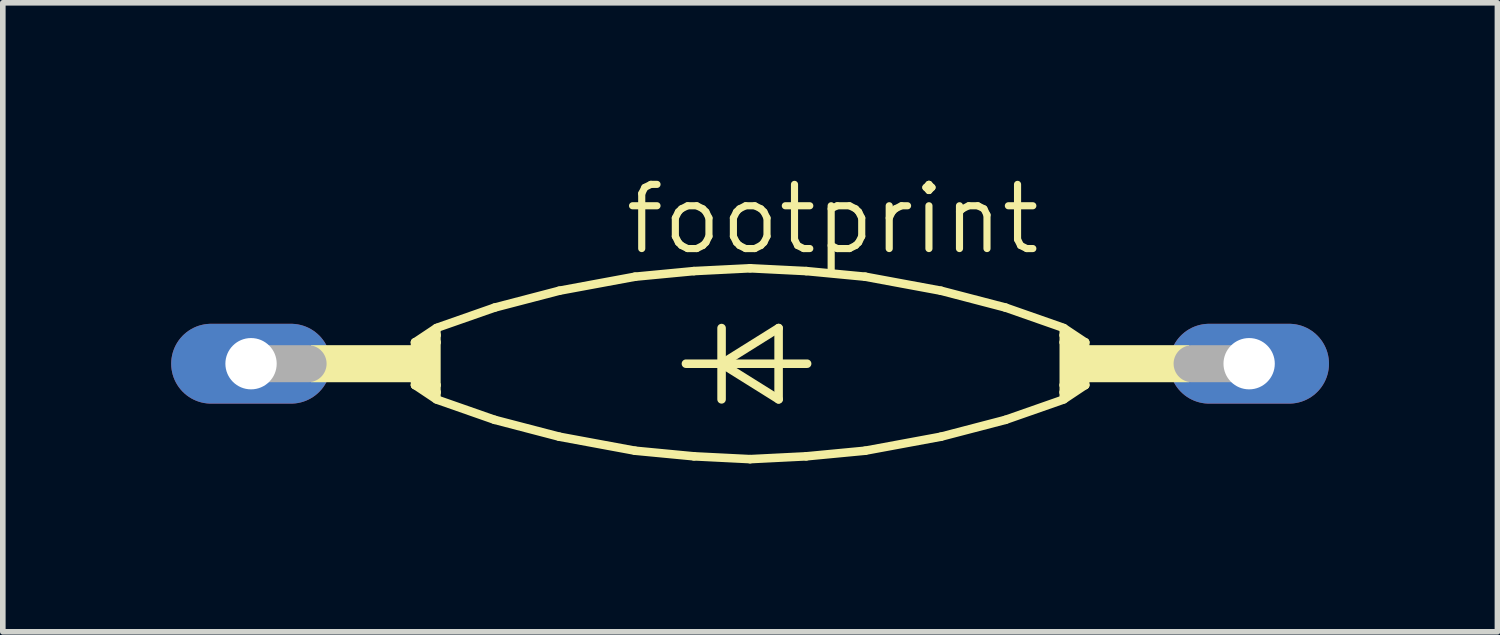
<source format=kicad_pcb>
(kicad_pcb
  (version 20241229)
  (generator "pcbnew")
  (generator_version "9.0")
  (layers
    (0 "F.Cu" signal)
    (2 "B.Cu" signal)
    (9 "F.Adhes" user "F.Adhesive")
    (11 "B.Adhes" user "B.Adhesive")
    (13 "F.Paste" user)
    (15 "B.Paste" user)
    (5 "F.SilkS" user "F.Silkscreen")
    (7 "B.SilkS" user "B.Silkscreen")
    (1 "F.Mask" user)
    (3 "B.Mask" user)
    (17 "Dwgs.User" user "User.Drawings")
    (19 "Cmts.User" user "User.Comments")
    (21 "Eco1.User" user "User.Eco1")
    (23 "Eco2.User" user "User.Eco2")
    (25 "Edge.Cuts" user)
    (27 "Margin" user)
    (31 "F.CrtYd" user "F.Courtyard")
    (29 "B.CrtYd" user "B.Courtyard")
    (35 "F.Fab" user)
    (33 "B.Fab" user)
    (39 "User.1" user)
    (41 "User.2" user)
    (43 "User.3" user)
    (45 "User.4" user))
  (footprint "footprint"
    (layer "F.Cu")
    (at 10.312 3.429)
    (property "Reference" "footprint" (at -2.286 -1.905 0) (layer "F.SilkS") (effects (font (size 1.143 1.143) (thickness 0.127)) (justify left bottom)))
    (fp_line (start -5.969 -0.381) (end -5.969 0.381) (stroke (width 0.152) (type solid)) (layer "F.SilkS"))
    (fp_line (start -5.969 -0.381) (end -5.842 -0.381) (stroke (width 0.152) (type solid)) (layer "F.SilkS"))
    (fp_line (start -5.969 0.381) (end -5.842 0.381) (stroke (width 0.152) (type solid)) (layer "F.SilkS"))
    (fp_line (start -5.969 0.381) (end -5.588 0.635) (stroke (width 0.152) (type solid)) (layer "F.SilkS"))
    (fp_line (start -5.842 -0.381) (end -5.588 -0.381) (stroke (width 0.152) (type solid)) (layer "F.SilkS"))
    (fp_line (start -5.842 0.381) (end -5.588 0.381) (stroke (width 0.152) (type solid)) (layer "F.SilkS"))
    (fp_line (start -5.588 -0.635) (end -5.969 -0.381) (stroke (width 0.152) (type solid)) (layer "F.SilkS"))
    (fp_line (start -5.588 -0.635) (end -5.588 -0.508) (stroke (width 0.152) (type solid)) (layer "F.SilkS"))
    (fp_line (start -5.588 -0.508) (end -5.842 -0.381) (stroke (width 0.152) (type solid)) (layer "F.SilkS"))
    (fp_line (start -5.588 -0.508) (end -5.588 -0.381) (stroke (width 0.152) (type solid)) (layer "F.SilkS"))
    (fp_line (start -5.588 -0.381) (end -5.588 0.381) (stroke (width 0.152) (type solid)) (layer "F.SilkS"))
    (fp_line (start -5.588 0.381) (end -5.588 0.508) (stroke (width 0.152) (type solid)) (layer "F.SilkS"))
    (fp_line (start -5.588 0.508) (end -5.842 0.381) (stroke (width 0.152) (type solid)) (layer "F.SilkS"))
    (fp_line (start -5.588 0.508) (end -5.588 0.635) (stroke (width 0.152) (type solid)) (layer "F.SilkS"))
    (fp_line (start -5.55 -0.65) (end -4.55 -1) (stroke (width 0.152) (type solid)) (layer "F.SilkS"))
    (fp_line (start -5.55 0.65) (end -4.55 1) (stroke (width 0.152) (type solid)) (layer "F.SilkS"))
    (fp_line (start -4.55 -1) (end -3.4 -1.3) (stroke (width 0.152) (type solid)) (layer "F.SilkS"))
    (fp_line (start -4.55 1) (end -3.4 1.3) (stroke (width 0.152) (type solid)) (layer "F.SilkS"))
    (fp_line (start -3.4 -1.3) (end -2.05 -1.55) (stroke (width 0.152) (type solid)) (layer "F.SilkS"))
    (fp_line (start -3.4 1.3) (end -2.05 1.55) (stroke (width 0.152) (type solid)) (layer "F.SilkS"))
    (fp_line (start -2.05 -1.55) (end -1 -1.65) (stroke (width 0.152) (type solid)) (layer "F.SilkS"))
    (fp_line (start -2.05 1.55) (end -1 1.65) (stroke (width 0.152) (type solid)) (layer "F.SilkS"))
    (fp_line (start -1.143 0) (end -0.508 0) (stroke (width 0.152) (type solid)) (layer "F.SilkS"))
    (fp_line (start -1 -1.65) (end 0 -1.7) (stroke (width 0.152) (type solid)) (layer "F.SilkS"))
    (fp_line (start -1 1.65) (end 0 1.7) (stroke (width 0.152) (type solid)) (layer "F.SilkS"))
    (fp_line (start -0.508 -0.635) (end -0.508 0) (stroke (width 0.152) (type solid)) (layer "F.SilkS"))
    (fp_line (start -0.508 0) (end -0.508 0.635) (stroke (width 0.152) (type solid)) (layer "F.SilkS"))
    (fp_line (start -0.508 0) (end 0.508 -0.635) (stroke (width 0.152) (type solid)) (layer "F.SilkS"))
    (fp_line (start -0.508 0) (end 1.016 0) (stroke (width 0.152) (type solid)) (layer "F.SilkS"))
    (fp_line (start 0.508 -0.635) (end 0.508 0.635) (stroke (width 0.152) (type solid)) (layer "F.SilkS"))
    (fp_line (start 0.508 0.635) (end -0.508 0) (stroke (width 0.152) (type solid)) (layer "F.SilkS"))
    (fp_line (start 1 -1.65) (end 0 -1.7) (stroke (width 0.152) (type solid)) (layer "F.SilkS"))
    (fp_line (start 1 1.65) (end 0 1.7) (stroke (width 0.152) (type solid)) (layer "F.SilkS"))
    (fp_line (start 2.05 -1.55) (end 1 -1.65) (stroke (width 0.152) (type solid)) (layer "F.SilkS"))
    (fp_line (start 2.05 1.55) (end 1 1.65) (stroke (width 0.152) (type solid)) (layer "F.SilkS"))
    (fp_line (start 3.4 -1.3) (end 2.05 -1.55) (stroke (width 0.152) (type solid)) (layer "F.SilkS"))
    (fp_line (start 3.4 1.3) (end 2.05 1.55) (stroke (width 0.152) (type solid)) (layer "F.SilkS"))
    (fp_line (start 4.55 -1) (end 3.4 -1.3) (stroke (width 0.152) (type solid)) (layer "F.SilkS"))
    (fp_line (start 4.55 1) (end 3.4 1.3) (stroke (width 0.152) (type solid)) (layer "F.SilkS"))
    (fp_line (start 5.55 -0.65) (end 4.55 -1) (stroke (width 0.152) (type solid)) (layer "F.SilkS"))
    (fp_line (start 5.55 0.65) (end 4.55 1) (stroke (width 0.152) (type solid)) (layer "F.SilkS"))
    (fp_line (start 5.588 -0.635) (end 5.969 -0.381) (stroke (width 0.152) (type solid)) (layer "F.SilkS"))
    (fp_line (start 5.588 -0.508) (end 5.588 -0.635) (stroke (width 0.152) (type solid)) (layer "F.SilkS"))
    (fp_line (start 5.588 -0.508) (end 5.842 -0.381) (stroke (width 0.152) (type solid)) (layer "F.SilkS"))
    (fp_line (start 5.588 -0.381) (end 5.588 -0.508) (stroke (width 0.152) (type solid)) (layer "F.SilkS"))
    (fp_line (start 5.588 0.381) (end 5.588 -0.381) (stroke (width 0.152) (type solid)) (layer "F.SilkS"))
    (fp_line (start 5.588 0.508) (end 5.588 0.381) (stroke (width 0.152) (type solid)) (layer "F.SilkS"))
    (fp_line (start 5.588 0.508) (end 5.842 0.381) (stroke (width 0.152) (type solid)) (layer "F.SilkS"))
    (fp_line (start 5.588 0.635) (end 5.588 0.508) (stroke (width 0.152) (type solid)) (layer "F.SilkS"))
    (fp_line (start 5.588 0.635) (end 5.969 0.381) (stroke (width 0.152) (type solid)) (layer "F.SilkS"))
    (fp_line (start 5.842 -0.381) (end 5.588 -0.381) (stroke (width 0.152) (type solid)) (layer "F.SilkS"))
    (fp_line (start 5.842 0.381) (end 5.588 0.381) (stroke (width 0.152) (type solid)) (layer "F.SilkS"))
    (fp_line (start 5.969 -0.381) (end 5.842 -0.381) (stroke (width 0.152) (type solid)) (layer "F.SilkS"))
    (fp_line (start 5.969 -0.381) (end 5.969 0.381) (stroke (width 0.152) (type solid)) (layer "F.SilkS"))
    (fp_line (start 5.969 0.381) (end 5.842 0.381) (stroke (width 0.152) (type solid)) (layer "F.SilkS"))
    (fp_poly (pts (xy -7.823 0.33) (xy -5.969 0.33) (xy -5.969 -0.33) (xy -7.823 -0.33)) (stroke (width 0) (type solid)) (fill yes) (layer "F.SilkS"))
    (fp_poly (pts (xy -5.969 0.381) (xy -5.588 0.381) (xy -5.588 -0.381) (xy -5.969 -0.381)) (stroke (width 0) (type solid)) (fill yes) (layer "F.SilkS"))
    (fp_poly (pts (xy 5.588 0.381) (xy 5.969 0.381) (xy 5.969 -0.381) (xy 5.588 -0.381)) (stroke (width 0) (type solid)) (fill yes) (layer "F.SilkS"))
    (fp_poly (pts (xy 5.969 0.33) (xy 7.823 0.33) (xy 7.823 -0.33) (xy 5.969 -0.33)) (stroke (width 0) (type solid)) (fill yes) (layer "F.SilkS"))
    (fp_line (start -8.89 0) (end -7.874 0) (stroke (width 0.66) (type solid)) (layer "F.Fab"))
    (fp_line (start 8.89 0) (end 7.874 0) (stroke (width 0.66) (type solid)) (layer "F.Fab"))
    (pad "A" thru_hole oval (at 8.89 0) (size 2.845 1.422) (drill 0.914) (layers "*.Cu" "*.Mask"))
    (pad "C" thru_hole oval (at -8.89 0) (size 2.845 1.422) (drill 0.914) (layers "*.Cu" "*.Mask")))
  (gr_rect
    (start -3 -3)
    (end 23.625 8.205)
    (stroke (width 0.1) (type default))
    (fill no)
    (layer "Edge.Cuts")))
</source>
